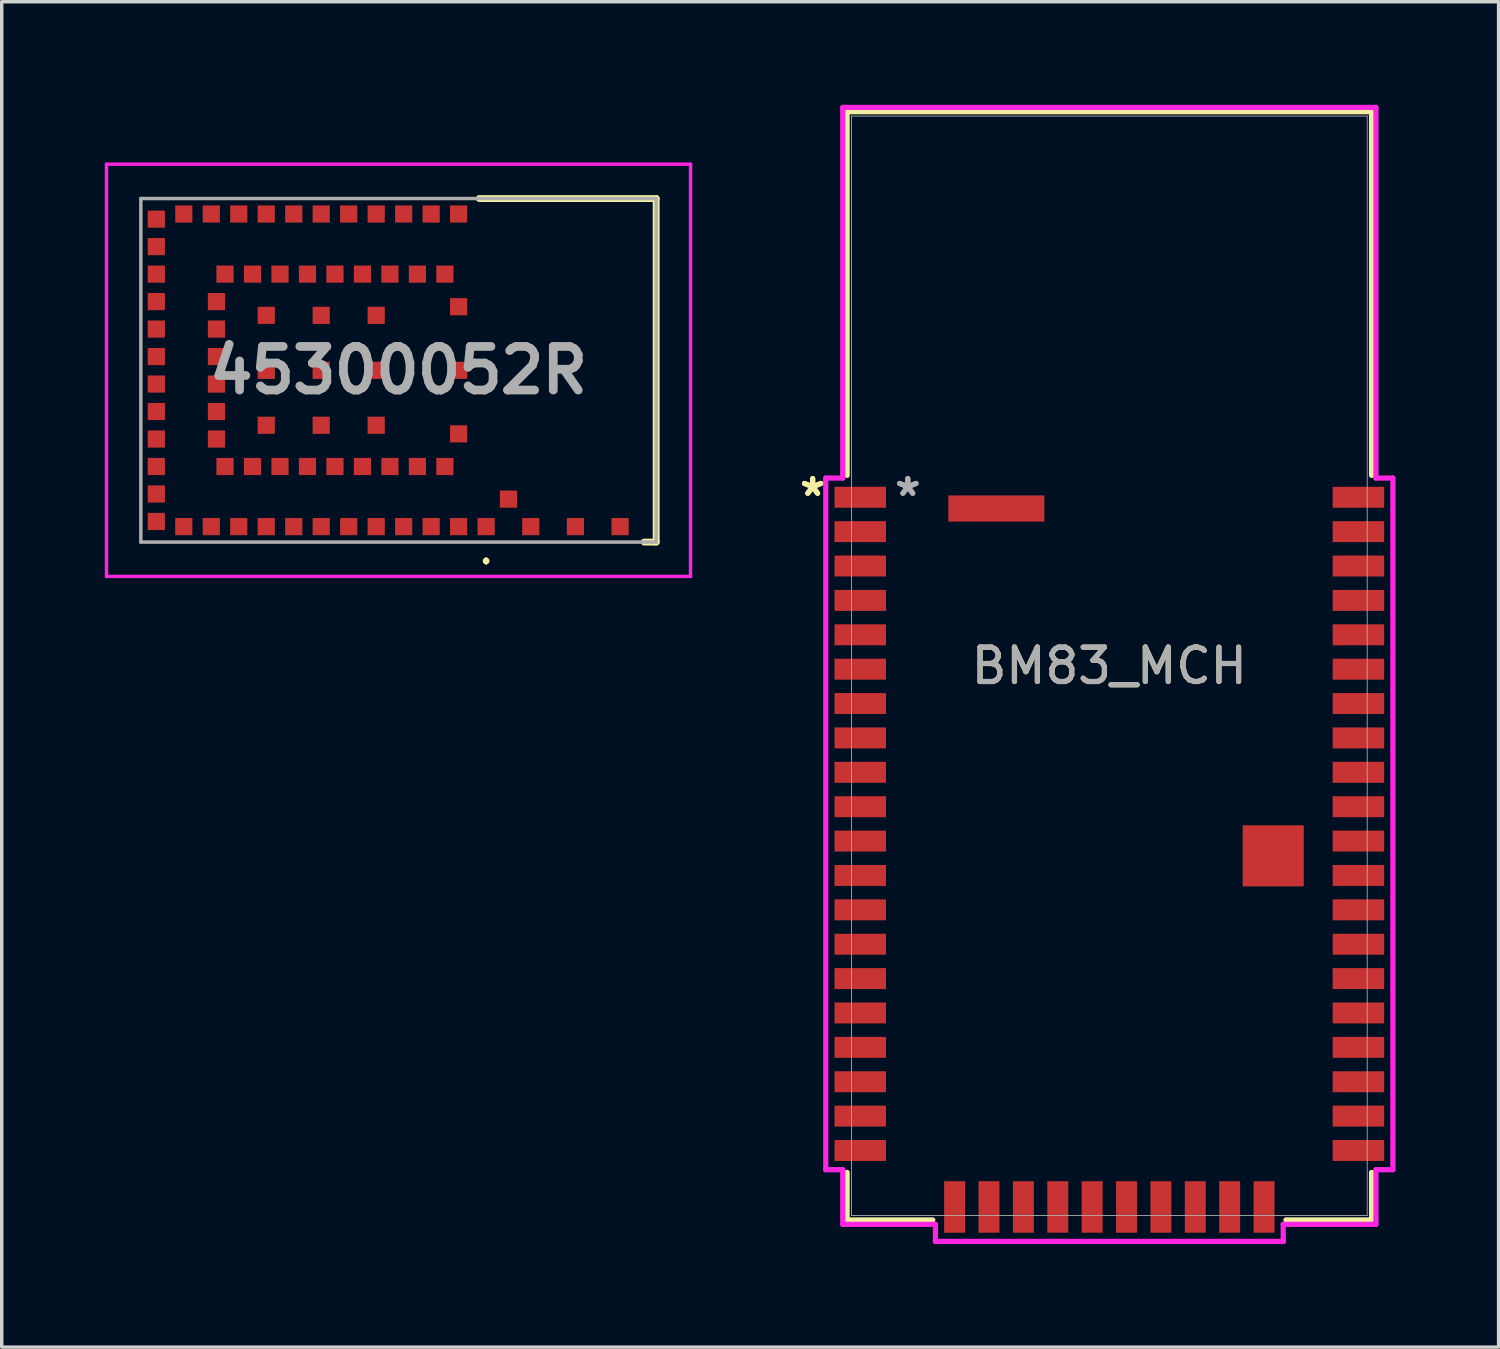
<source format=kicad_pcb>
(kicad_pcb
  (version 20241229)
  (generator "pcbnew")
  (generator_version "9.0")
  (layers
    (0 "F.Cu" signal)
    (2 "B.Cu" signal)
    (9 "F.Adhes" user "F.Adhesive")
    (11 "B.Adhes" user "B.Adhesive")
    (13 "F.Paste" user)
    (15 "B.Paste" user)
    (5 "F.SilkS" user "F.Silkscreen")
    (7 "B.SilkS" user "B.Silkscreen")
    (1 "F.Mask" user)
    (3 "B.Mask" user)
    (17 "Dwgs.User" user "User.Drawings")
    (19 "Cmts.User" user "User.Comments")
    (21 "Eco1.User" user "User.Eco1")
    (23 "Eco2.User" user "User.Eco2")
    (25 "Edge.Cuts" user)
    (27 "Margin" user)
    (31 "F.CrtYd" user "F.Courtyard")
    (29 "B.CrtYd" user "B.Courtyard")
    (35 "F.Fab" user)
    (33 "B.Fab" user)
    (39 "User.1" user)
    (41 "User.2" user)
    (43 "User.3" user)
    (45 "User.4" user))
  (footprint "45300052R"
    (layer "F.Cu")
    (at 8.55 7.729)
    (property "Reference" "45300052R" (at 0.01 -6.54 0) (layer "User.2") (effects (font (size 1.27 1.27) (thickness 0.254))))
    (attr smd)
    (fp_line (start 2.35 -5) (end 7.5 -5) (stroke (width 0.2) (type solid)) (layer "F.SilkS"))
    (fp_line (start 2.55 5.5) (end 2.55 5.5) (stroke (width 0.1) (type solid)) (layer "F.SilkS"))
    (fp_line (start 2.55 5.6) (end 2.55 5.6) (stroke (width 0.1) (type solid)) (layer "F.SilkS"))
    (fp_line (start 7.5 -5) (end 7.5 5) (stroke (width 0.2) (type solid)) (layer "F.SilkS"))
    (fp_line (start 7.5 5) (end 7.15 5) (stroke (width 0.2) (type solid)) (layer "F.SilkS"))
    (fp_arc (start 2.55 5.5) (mid 2.6 5.55) (end 2.55 5.6) (stroke (width 0.1) (type solid)) (layer "F.SilkS"))
    (fp_arc (start 2.55 5.6) (mid 2.5 5.55) (end 2.55 5.5) (stroke (width 0.1) (type solid)) (layer "F.SilkS"))
    (fp_line (start -8.5 -6) (end 8.5 -6) (stroke (width 0.1) (type solid)) (layer "F.CrtYd"))
    (fp_line (start -8.5 6) (end -8.5 -6) (stroke (width 0.1) (type solid)) (layer "F.CrtYd"))
    (fp_line (start 8.5 -6) (end 8.5 6) (stroke (width 0.1) (type solid)) (layer "F.CrtYd"))
    (fp_line (start 8.5 6) (end -8.5 6) (stroke (width 0.1) (type solid)) (layer "F.CrtYd"))
    (fp_line (start -7.5 -5) (end -7.5 5) (stroke (width 0.1) (type solid)) (layer "F.Fab"))
    (fp_line (start -7.5 5) (end 7.5 5) (stroke (width 0.1) (type solid)) (layer "F.Fab"))
    (fp_line (start 7.5 -5) (end -7.5 -5) (stroke (width 0.1) (type solid)) (layer "F.Fab"))
    (fp_line (start 7.5 5) (end 7.5 -5) (stroke (width 0.1) (type solid)) (layer "F.Fab"))
    (fp_text user "${REFERENCE}" (at 0 0 0) (layer "F.Fab") (effects (font (size 1.27 1.27) (thickness 0.254))))
    (pad "1" smd rect (at 2.55 4.55 90) (size 0.5 0.5) (layers "F.Cu" "F.Mask" "F.Paste"))
    (pad "2" smd rect (at 1.75 4.55 90) (size 0.5 0.5) (layers "F.Cu" "F.Mask" "F.Paste"))
    (pad "3" smd rect (at 0.95 4.55 90) (size 0.5 0.5) (layers "F.Cu" "F.Mask" "F.Paste"))
    (pad "4" smd rect (at 1.35 2.8 90) (size 0.5 0.5) (layers "F.Cu" "F.Mask" "F.Paste"))
    (pad "5" smd rect (at 0.15 4.55 90) (size 0.5 0.5) (layers "F.Cu" "F.Mask" "F.Paste"))
    (pad "6" smd rect (at 0.55 2.8 90) (size 0.5 0.5) (layers "F.Cu" "F.Mask" "F.Paste"))
    (pad "7" smd rect (at -0.65 4.55 90) (size 0.5 0.5) (layers "F.Cu" "F.Mask" "F.Paste"))
    (pad "8" smd rect (at -0.25 2.8 90) (size 0.5 0.5) (layers "F.Cu" "F.Mask" "F.Paste"))
    (pad "9" smd rect (at -1.45 4.55 90) (size 0.5 0.5) (layers "F.Cu" "F.Mask" "F.Paste"))
    (pad "10" smd rect (at -1.05 2.8 90) (size 0.5 0.5) (layers "F.Cu" "F.Mask" "F.Paste"))
    (pad "11" smd rect (at -2.25 4.55 90) (size 0.5 0.5) (layers "F.Cu" "F.Mask" "F.Paste"))
    (pad "12" smd rect (at -1.85 2.8 90) (size 0.5 0.5) (layers "F.Cu" "F.Mask" "F.Paste"))
    (pad "13" smd rect (at -3.05 4.55 90) (size 0.5 0.5) (layers "F.Cu" "F.Mask" "F.Paste"))
    (pad "14" smd rect (at -2.65 2.8 90) (size 0.5 0.5) (layers "F.Cu" "F.Mask" "F.Paste"))
    (pad "15" smd rect (at -3.85 4.55 90) (size 0.5 0.5) (layers "F.Cu" "F.Mask" "F.Paste"))
    (pad "16" smd rect (at -3.45 2.8 90) (size 0.5 0.5) (layers "F.Cu" "F.Mask" "F.Paste"))
    (pad "17" smd rect (at -4.65 4.55 90) (size 0.5 0.5) (layers "F.Cu" "F.Mask" "F.Paste"))
    (pad "18" smd rect (at -4.25 2.8 90) (size 0.5 0.5) (layers "F.Cu" "F.Mask" "F.Paste"))
    (pad "19" smd rect (at -5.45 4.55 90) (size 0.5 0.5) (layers "F.Cu" "F.Mask" "F.Paste"))
    (pad "20" smd rect (at -6.25 4.55 90) (size 0.5 0.5) (layers "F.Cu" "F.Mask" "F.Paste"))
    (pad "21" smd rect (at -7.05 4.4 90) (size 0.5 0.5) (layers "F.Cu" "F.Mask" "F.Paste"))
    (pad "22" smd rect (at -7.05 3.6 90) (size 0.5 0.5) (layers "F.Cu" "F.Mask" "F.Paste"))
    (pad "23" smd rect (at -7.05 2.8 90) (size 0.5 0.5) (layers "F.Cu" "F.Mask" "F.Paste"))
    (pad "24" smd rect (at -5.05 2.8 90) (size 0.5 0.5) (layers "F.Cu" "F.Mask" "F.Paste"))
    (pad "25" smd rect (at -7.05 2 90) (size 0.5 0.5) (layers "F.Cu" "F.Mask" "F.Paste"))
    (pad "26" smd rect (at -5.3 2 90) (size 0.5 0.5) (layers "F.Cu" "F.Mask" "F.Paste"))
    (pad "27" smd rect (at -7.05 1.2 90) (size 0.5 0.5) (layers "F.Cu" "F.Mask" "F.Paste"))
    (pad "28" smd rect (at -5.3 1.2 90) (size 0.5 0.5) (layers "F.Cu" "F.Mask" "F.Paste"))
    (pad "29" smd rect (at -7.05 0.4 90) (size 0.5 0.5) (layers "F.Cu" "F.Mask" "F.Paste"))
    (pad "30" smd rect (at -5.3 0.4 90) (size 0.5 0.5) (layers "F.Cu" "F.Mask" "F.Paste"))
    (pad "31" smd rect (at -7.05 -0.4 90) (size 0.5 0.5) (layers "F.Cu" "F.Mask" "F.Paste"))
    (pad "32" smd rect (at -5.3 -0.4 90) (size 0.5 0.5) (layers "F.Cu" "F.Mask" "F.Paste"))
    (pad "33" smd rect (at -7.05 -1.2 90) (size 0.5 0.5) (layers "F.Cu" "F.Mask" "F.Paste"))
    (pad "34" smd rect (at -5.3 -1.2 90) (size 0.5 0.5) (layers "F.Cu" "F.Mask" "F.Paste"))
    (pad "35" smd rect (at -7.05 -2 90) (size 0.5 0.5) (layers "F.Cu" "F.Mask" "F.Paste"))
    (pad "36" smd rect (at -5.3 -2 90) (size 0.5 0.5) (layers "F.Cu" "F.Mask" "F.Paste"))
    (pad "37" smd rect (at -7.05 -2.8 90) (size 0.5 0.5) (layers "F.Cu" "F.Mask" "F.Paste"))
    (pad "38" smd rect (at -7.05 -3.6 90) (size 0.5 0.5) (layers "F.Cu" "F.Mask" "F.Paste"))
    (pad "39" smd rect (at -7.05 -4.4 90) (size 0.5 0.5) (layers "F.Cu" "F.Mask" "F.Paste"))
    (pad "40" smd rect (at -6.25 -4.55 90) (size 0.5 0.5) (layers "F.Cu" "F.Mask" "F.Paste"))
    (pad "41" smd rect (at -5.45 -4.55 90) (size 0.5 0.5) (layers "F.Cu" "F.Mask" "F.Paste"))
    (pad "42" smd rect (at -5.05 -2.8 90) (size 0.5 0.5) (layers "F.Cu" "F.Mask" "F.Paste"))
    (pad "43" smd rect (at -4.65 -4.55 90) (size 0.5 0.5) (layers "F.Cu" "F.Mask" "F.Paste"))
    (pad "44" smd rect (at -4.25 -2.8 90) (size 0.5 0.5) (layers "F.Cu" "F.Mask" "F.Paste"))
    (pad "45" smd rect (at -3.85 -4.55 90) (size 0.5 0.5) (layers "F.Cu" "F.Mask" "F.Paste"))
    (pad "46" smd rect (at -3.45 -2.8 90) (size 0.5 0.5) (layers "F.Cu" "F.Mask" "F.Paste"))
    (pad "47" smd rect (at -3.05 -4.55 90) (size 0.5 0.5) (layers "F.Cu" "F.Mask" "F.Paste"))
    (pad "48" smd rect (at -2.65 -2.8 90) (size 0.5 0.5) (layers "F.Cu" "F.Mask" "F.Paste"))
    (pad "49" smd rect (at -2.25 -4.55 90) (size 0.5 0.5) (layers "F.Cu" "F.Mask" "F.Paste"))
    (pad "50" smd rect (at -1.85 -2.8 90) (size 0.5 0.5) (layers "F.Cu" "F.Mask" "F.Paste"))
    (pad "51" smd rect (at -1.45 -4.55 90) (size 0.5 0.5) (layers "F.Cu" "F.Mask" "F.Paste"))
    (pad "52" smd rect (at -1.05 -2.8 90) (size 0.5 0.5) (layers "F.Cu" "F.Mask" "F.Paste"))
    (pad "53" smd rect (at -0.65 -4.55 90) (size 0.5 0.5) (layers "F.Cu" "F.Mask" "F.Paste"))
    (pad "54" smd rect (at -0.25 -2.8 90) (size 0.5 0.5) (layers "F.Cu" "F.Mask" "F.Paste"))
    (pad "55" smd rect (at 0.15 -4.55 90) (size 0.5 0.5) (layers "F.Cu" "F.Mask" "F.Paste"))
    (pad "56" smd rect (at 0.55 -2.8 90) (size 0.5 0.5) (layers "F.Cu" "F.Mask" "F.Paste"))
    (pad "57" smd rect (at 0.95 -4.55 90) (size 0.5 0.5) (layers "F.Cu" "F.Mask" "F.Paste"))
    (pad "58" smd rect (at 1.35 -2.8 90) (size 0.5 0.5) (layers "F.Cu" "F.Mask" "F.Paste"))
    (pad "59" smd rect (at 1.75 -4.55 90) (size 0.5 0.5) (layers "F.Cu" "F.Mask" "F.Paste"))
    (pad "60" smd rect (at -0.65 1.6 90) (size 0.5 0.5) (layers "F.Cu" "F.Mask" "F.Paste"))
    (pad "61" smd rect (at -2.25 1.6 90) (size 0.5 0.5) (layers "F.Cu" "F.Mask" "F.Paste"))
    (pad "62" smd rect (at -3.85 1.6 90) (size 0.5 0.5) (layers "F.Cu" "F.Mask" "F.Paste"))
    (pad "63" smd rect (at -3.85 -1.6 90) (size 0.5 0.5) (layers "F.Cu" "F.Mask" "F.Paste"))
    (pad "64" smd rect (at -2.25 -1.6 90) (size 0.5 0.5) (layers "F.Cu" "F.Mask" "F.Paste"))
    (pad "65" smd rect (at -0.65 -1.6 90) (size 0.5 0.5) (layers "F.Cu" "F.Mask" "F.Paste"))
    (pad "66" smd rect (at 1.75 -1.85 90) (size 0.5 0.5) (layers "F.Cu" "F.Mask" "F.Paste"))
    (pad "67" smd rect (at 1.75 0 90) (size 0.5 0.5) (layers "F.Cu" "F.Mask" "F.Paste"))
    (pad "68" smd rect (at 1.75 1.85 90) (size 0.5 0.5) (layers "F.Cu" "F.Mask" "F.Paste"))
    (pad "69" smd rect (at 3.85 4.55 90) (size 0.5 0.5) (layers "F.Cu" "F.Mask" "F.Paste"))
    (pad "70" smd rect (at 5.15 4.55 90) (size 0.5 0.5) (layers "F.Cu" "F.Mask" "F.Paste"))
    (pad "71" smd rect (at 6.45 4.55 90) (size 0.5 0.5) (layers "F.Cu" "F.Mask" "F.Paste"))
    (pad "72" smd rect (at 3.2 3.75 90) (size 0.5 0.5) (layers "F.Cu" "F.Mask" "F.Paste"))
    (pad "73" smd rect (at -3.85 0 90) (size 0.5 0.5) (layers "F.Cu" "F.Mask" "F.Paste"))
    (pad "74" smd rect (at -2.25 0 90) (size 0.5 0.5) (layers "F.Cu" "F.Mask" "F.Paste"))
    (pad "75" smd rect (at -0.65 0 90) (size 0.5 0.5) (layers "F.Cu" "F.Mask" "F.Paste")))
  (footprint "BM83_MCH"
    (layer "F.Cu")
    (at 29.241 16.332)
    (property "Reference" "BM83_MCH" (at 0 0 0) (unlocked yes) (layer "F.SilkS") (effects (font (size 1 1) (thickness 0.15))))
    (attr smd)
    (fp_line (start -7.633 -16.129) (end 7.633 -16.129) (stroke (width 0.152) (type solid)) (layer "F.SilkS"))
    (fp_line (start -7.633 -5.545) (end -7.633 -16.129) (stroke (width 0.152) (type solid)) (layer "F.SilkS"))
    (fp_line (start -7.633 16.129) (end -7.633 14.745) (stroke (width 0.152) (type solid)) (layer "F.SilkS"))
    (fp_line (start -5.141 16.129) (end -7.633 16.129) (stroke (width 0.152) (type solid)) (layer "F.SilkS"))
    (fp_line (start 7.633 -16.129) (end 7.633 -5.545) (stroke (width 0.152) (type solid)) (layer "F.SilkS"))
    (fp_line (start 7.633 14.745) (end 7.633 16.129) (stroke (width 0.152) (type solid)) (layer "F.SilkS"))
    (fp_line (start 7.633 16.129) (end 5.141 16.129) (stroke (width 0.152) (type solid)) (layer "F.SilkS"))
    (fp_poly (pts (xy -7.506 -16.002) (xy -7.506 -5.994) (xy 1.397 -5.994) (xy 1.397 -2.007) (xy 6.401 -2.007) (xy 6.401 -5.994) (xy 7.506 -5.994) (xy 7.506 -16.002)) (stroke (width 0.1) (type solid)) (fill no) (layer "Eco2.User"))
    (fp_line (start -8.254 -5.466) (end -8.254 14.666) (stroke (width 0.152) (type solid)) (layer "F.CrtYd"))
    (fp_line (start -8.254 14.666) (end -7.76 14.666) (stroke (width 0.152) (type solid)) (layer "F.CrtYd"))
    (fp_line (start -7.76 -16.256) (end -7.76 -5.466) (stroke (width 0.152) (type solid)) (layer "F.CrtYd"))
    (fp_line (start -7.76 -5.466) (end -8.254 -5.466) (stroke (width 0.152) (type solid)) (layer "F.CrtYd"))
    (fp_line (start -7.76 14.666) (end -7.76 16.256) (stroke (width 0.152) (type solid)) (layer "F.CrtYd"))
    (fp_line (start -7.76 16.256) (end -5.062 16.256) (stroke (width 0.152) (type solid)) (layer "F.CrtYd"))
    (fp_line (start -5.062 16.256) (end -5.062 16.754) (stroke (width 0.152) (type solid)) (layer "F.CrtYd"))
    (fp_line (start -5.062 16.754) (end 5.062 16.754) (stroke (width 0.152) (type solid)) (layer "F.CrtYd"))
    (fp_line (start 5.062 16.256) (end 7.76 16.256) (stroke (width 0.152) (type solid)) (layer "F.CrtYd"))
    (fp_line (start 5.062 16.754) (end 5.062 16.256) (stroke (width 0.152) (type solid)) (layer "F.CrtYd"))
    (fp_line (start 7.76 -16.256) (end -7.76 -16.256) (stroke (width 0.152) (type solid)) (layer "F.CrtYd"))
    (fp_line (start 7.76 -5.466) (end 7.76 -16.256) (stroke (width 0.152) (type solid)) (layer "F.CrtYd"))
    (fp_line (start 7.76 14.666) (end 8.254 14.666) (stroke (width 0.152) (type solid)) (layer "F.CrtYd"))
    (fp_line (start 7.76 16.256) (end 7.76 14.666) (stroke (width 0.152) (type solid)) (layer "F.CrtYd"))
    (fp_line (start 8.254 -5.466) (end 7.76 -5.466) (stroke (width 0.152) (type solid)) (layer "F.CrtYd"))
    (fp_line (start 8.254 14.666) (end 8.254 -5.466) (stroke (width 0.152) (type solid)) (layer "F.CrtYd"))
    (fp_line (start -7.506 -16.002) (end -7.506 16.002) (stroke (width 0.025) (type solid)) (layer "F.Fab"))
    (fp_line (start -7.506 16.002) (end 7.506 16.002) (stroke (width 0.025) (type solid)) (layer "F.Fab"))
    (fp_line (start 7.506 -16.002) (end -7.506 -16.002) (stroke (width 0.025) (type solid)) (layer "F.Fab"))
    (fp_line (start 7.506 16.002) (end 7.506 -16.002) (stroke (width 0.025) (type solid)) (layer "F.Fab"))
    (fp_text user "*" (at -8.635 -4.907 0) (layer "F.SilkS") (effects (font (size 1 1) (thickness 0.15))))
    (fp_text user "*" (at -8.635 -4.907 0) (unlocked yes) (layer "F.SilkS") (effects (font (size 1 1) (thickness 0.15))))
    (fp_text user "${REFERENCE}" (at 0 0 0) (unlocked yes) (layer "F.Fab") (effects (font (size 1 1) (thickness 0.15))))
    (fp_text user "*" (at -5.866 -4.907 0) (unlocked yes) (layer "F.Fab") (effects (font (size 1 1) (thickness 0.15))))
    (fp_text user "*" (at -5.866 -4.907 0) (layer "F.Fab") (effects (font (size 1 1) (thickness 0.15))))
    (pad "1" smd rect (at -7.25 -4.907) (size 1.499 0.61) (layers "F.Cu" "F.Mask" "F.Paste"))
    (pad "2" smd rect (at -7.25 -3.907) (size 1.499 0.61) (layers "F.Cu" "F.Mask" "F.Paste"))
    (pad "3" smd rect (at -7.25 -2.906) (size 1.499 0.61) (layers "F.Cu" "F.Mask" "F.Paste"))
    (pad "4" smd rect (at -7.25 -1.905) (size 1.499 0.61) (layers "F.Cu" "F.Mask" "F.Paste"))
    (pad "5" smd rect (at -7.25 -0.904) (size 1.499 0.61) (layers "F.Cu" "F.Mask" "F.Paste"))
    (pad "6" smd rect (at -7.25 0.097) (size 1.499 0.61) (layers "F.Cu" "F.Mask" "F.Paste"))
    (pad "7" smd rect (at -7.25 1.097) (size 1.499 0.61) (layers "F.Cu" "F.Mask" "F.Paste"))
    (pad "8" smd rect (at -7.25 2.098) (size 1.499 0.61) (layers "F.Cu" "F.Mask" "F.Paste"))
    (pad "9" smd rect (at -7.25 3.099) (size 1.499 0.61) (layers "F.Cu" "F.Mask" "F.Paste"))
    (pad "10" smd rect (at -7.25 4.1) (size 1.499 0.61) (layers "F.Cu" "F.Mask" "F.Paste"))
    (pad "11" smd rect (at -7.25 5.1) (size 1.499 0.61) (layers "F.Cu" "F.Mask" "F.Paste"))
    (pad "12" smd rect (at -7.25 6.101) (size 1.499 0.61) (layers "F.Cu" "F.Mask" "F.Paste"))
    (pad "13" smd rect (at -7.25 7.102) (size 1.499 0.61) (layers "F.Cu" "F.Mask" "F.Paste"))
    (pad "14" smd rect (at -7.25 8.103) (size 1.499 0.61) (layers "F.Cu" "F.Mask" "F.Paste"))
    (pad "15" smd rect (at -7.25 9.103) (size 1.499 0.61) (layers "F.Cu" "F.Mask" "F.Paste"))
    (pad "16" smd rect (at -7.25 10.104) (size 1.499 0.61) (layers "F.Cu" "F.Mask" "F.Paste"))
    (pad "17" smd rect (at -7.25 11.105) (size 1.499 0.61) (layers "F.Cu" "F.Mask" "F.Paste"))
    (pad "18" smd rect (at -7.25 12.106) (size 1.499 0.61) (layers "F.Cu" "F.Mask" "F.Paste"))
    (pad "19" smd rect (at -7.25 13.106) (size 1.499 0.61) (layers "F.Cu" "F.Mask" "F.Paste"))
    (pad "20" smd rect (at -7.25 14.107) (size 1.499 0.61) (layers "F.Cu" "F.Mask" "F.Paste"))
    (pad "21" smd rect (at -4.503 15.751 90) (size 1.499 0.61) (layers "F.Cu" "F.Mask" "F.Paste"))
    (pad "22" smd rect (at -3.503 15.751 90) (size 1.499 0.61) (layers "F.Cu" "F.Mask" "F.Paste"))
    (pad "23" smd rect (at -2.502 15.751 90) (size 1.499 0.61) (layers "F.Cu" "F.Mask" "F.Paste"))
    (pad "24" smd rect (at -1.501 15.751 90) (size 1.499 0.61) (layers "F.Cu" "F.Mask" "F.Paste"))
    (pad "25" smd rect (at -0.5 15.751 90) (size 1.499 0.61) (layers "F.Cu" "F.Mask" "F.Paste"))
    (pad "26" smd rect (at 0.5 15.751 90) (size 1.499 0.61) (layers "F.Cu" "F.Mask" "F.Paste"))
    (pad "27" smd rect (at 1.501 15.751 90) (size 1.499 0.61) (layers "F.Cu" "F.Mask" "F.Paste"))
    (pad "28" smd rect (at 2.502 15.751 90) (size 1.499 0.61) (layers "F.Cu" "F.Mask" "F.Paste"))
    (pad "29" smd rect (at 3.503 15.751 90) (size 1.499 0.61) (layers "F.Cu" "F.Mask" "F.Paste"))
    (pad "30" smd rect (at 4.503 15.751 90) (size 1.499 0.61) (layers "F.Cu" "F.Mask" "F.Paste"))
    (pad "31" smd rect (at 7.25 14.107) (size 1.499 0.61) (layers "F.Cu" "F.Mask" "F.Paste"))
    (pad "32" smd rect (at 7.25 13.106) (size 1.499 0.61) (layers "F.Cu" "F.Mask" "F.Paste"))
    (pad "33" smd rect (at 7.25 12.106) (size 1.499 0.61) (layers "F.Cu" "F.Mask" "F.Paste"))
    (pad "34" smd rect (at 7.25 11.105) (size 1.499 0.61) (layers "F.Cu" "F.Mask" "F.Paste"))
    (pad "35" smd rect (at 7.25 10.104) (size 1.499 0.61) (layers "F.Cu" "F.Mask" "F.Paste"))
    (pad "36" smd rect (at 7.25 9.103) (size 1.499 0.61) (layers "F.Cu" "F.Mask" "F.Paste"))
    (pad "37" smd rect (at 7.25 8.103) (size 1.499 0.61) (layers "F.Cu" "F.Mask" "F.Paste"))
    (pad "38" smd rect (at 7.25 7.102) (size 1.499 0.61) (layers "F.Cu" "F.Mask" "F.Paste"))
    (pad "39" smd rect (at 7.25 6.101) (size 1.499 0.61) (layers "F.Cu" "F.Mask" "F.Paste"))
    (pad "40" smd rect (at 7.25 5.1) (size 1.499 0.61) (layers "F.Cu" "F.Mask" "F.Paste"))
    (pad "41" smd rect (at 7.25 4.1) (size 1.499 0.61) (layers "F.Cu" "F.Mask" "F.Paste"))
    (pad "42" smd rect (at 7.25 3.099) (size 1.499 0.61) (layers "F.Cu" "F.Mask" "F.Paste"))
    (pad "43" smd rect (at 7.25 2.098) (size 1.499 0.61) (layers "F.Cu" "F.Mask" "F.Paste"))
    (pad "44" smd rect (at 7.25 1.097) (size 1.499 0.61) (layers "F.Cu" "F.Mask" "F.Paste"))
    (pad "45" smd rect (at 7.25 0.097) (size 1.499 0.61) (layers "F.Cu" "F.Mask" "F.Paste"))
    (pad "46" smd rect (at 7.25 -0.904) (size 1.499 0.61) (layers "F.Cu" "F.Mask" "F.Paste"))
    (pad "47" smd rect (at 7.25 -1.905) (size 1.499 0.61) (layers "F.Cu" "F.Mask" "F.Paste"))
    (pad "48" smd rect (at 7.25 -2.906) (size 1.499 0.61) (layers "F.Cu" "F.Mask" "F.Paste"))
    (pad "49" smd rect (at 7.25 -3.907) (size 1.499 0.61) (layers "F.Cu" "F.Mask" "F.Paste"))
    (pad "50" smd rect (at 7.25 -4.907) (size 1.499 0.61) (layers "F.Cu" "F.Mask" "F.Paste"))
    (pad "56" smd rect (at 4.77 5.53) (size 1.778 1.778) (layers "F.Cu" "F.Mask" "F.Paste"))
    (pad "57" smd rect (at -3.289 -4.58) (size 2.794 0.762) (layers "F.Cu" "F.Mask" "F.Paste")))
  (gr_rect
    (start -3 -3)
    (end 40.571 36.162)
    (stroke (width 0.1) (type default))
    (fill no)
    (layer "Edge.Cuts")))
</source>
